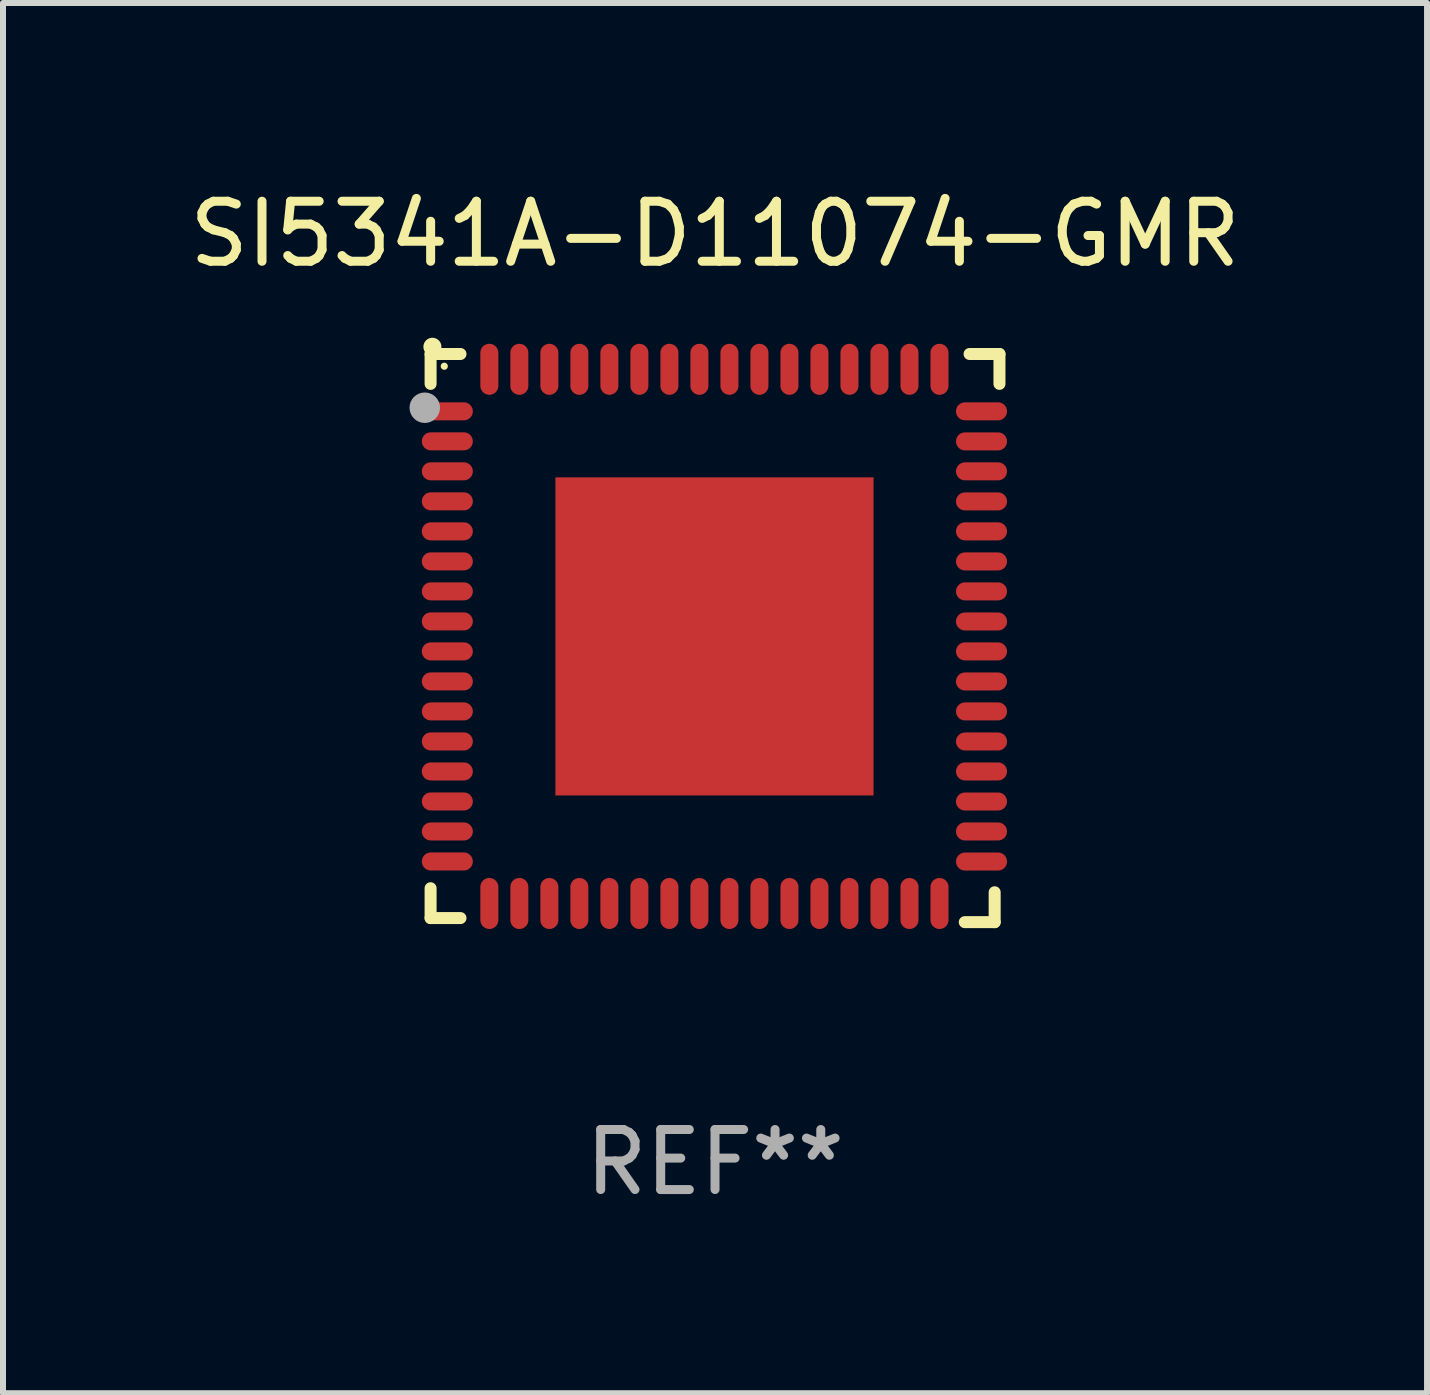
<source format=kicad_pcb>
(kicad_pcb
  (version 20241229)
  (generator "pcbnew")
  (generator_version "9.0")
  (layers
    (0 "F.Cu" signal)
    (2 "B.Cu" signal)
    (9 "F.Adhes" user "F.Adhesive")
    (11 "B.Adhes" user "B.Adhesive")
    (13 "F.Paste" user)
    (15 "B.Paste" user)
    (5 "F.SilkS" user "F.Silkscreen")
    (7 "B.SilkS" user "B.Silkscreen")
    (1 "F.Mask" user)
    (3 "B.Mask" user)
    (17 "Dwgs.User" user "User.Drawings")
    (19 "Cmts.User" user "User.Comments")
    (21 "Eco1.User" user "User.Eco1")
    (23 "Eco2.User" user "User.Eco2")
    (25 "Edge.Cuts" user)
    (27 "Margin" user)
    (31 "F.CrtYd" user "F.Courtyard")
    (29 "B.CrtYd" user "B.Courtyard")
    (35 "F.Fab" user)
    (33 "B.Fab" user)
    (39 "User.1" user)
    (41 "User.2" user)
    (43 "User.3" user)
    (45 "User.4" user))
  (footprint "SI5341A-D11074-GMR"
    (layer "F.Cu")
    (at 8.863 7.581)
    (property "Reference" "SI5341A-D11074-GMR" (at 0 -6.733 0) (layer "F.SilkS") (effects (font (size 1 1) (thickness 0.15))))
    (attr through_hole)
    (fp_line (start -4.739 -4.733) (end -4.241 -4.733) (stroke (width 0.2) (type solid)) (layer "F.SilkS"))
    (fp_line (start -4.739 -4.235) (end -4.739 -4.733) (stroke (width 0.2) (type solid)) (layer "F.SilkS"))
    (fp_line (start -4.739 4.168) (end -4.739 4.665) (stroke (width 0.2) (type solid)) (layer "F.SilkS"))
    (fp_line (start -4.739 4.665) (end -4.241 4.665) (stroke (width 0.2) (type solid)) (layer "F.SilkS"))
    (fp_line (start 4.161 4.733) (end 4.659 4.733) (stroke (width 0.2) (type solid)) (layer "F.SilkS"))
    (fp_line (start 4.241 -4.733) (end 4.739 -4.733) (stroke (width 0.2) (type solid)) (layer "F.SilkS"))
    (fp_line (start 4.659 4.733) (end 4.659 4.235) (stroke (width 0.2) (type solid)) (layer "F.SilkS"))
    (fp_line (start 4.739 -4.733) (end 4.739 -4.235) (stroke (width 0.2) (type solid)) (layer "F.SilkS"))
    (fp_arc (start -4.708623 -4.85108) (mid -4.708628 -4.85235) (end -4.708623 -4.85362) (stroke (width 0.3) (type solid)) (layer "F.SilkS"))
    (fp_circle (center -4.511 -4.529) (end -4.481 -4.529) (stroke (width 0.06) (type solid)) (fill no) (layer "F.SilkS"))
    (fp_circle (center -4.836 -3.838) (end -4.709 -3.838) (stroke (width 0.254) (type solid)) (fill no) (layer "F.Fab"))
    (fp_text user "REF**" (at 0 8.733 0) (layer "F.Fab") (effects (font (size 1 1) (thickness 0.15))))
    (pad "1" smd oval (at -4.46 -3.778) (size 0.85 0.3) (layers "F.Cu" "F.Mask" "F.Paste"))
    (pad "2" smd oval (at -4.46 -3.278) (size 0.85 0.3) (layers "F.Cu" "F.Mask" "F.Paste"))
    (pad "3" smd oval (at -4.46 -2.778) (size 0.85 0.3) (layers "F.Cu" "F.Mask" "F.Paste"))
    (pad "4" smd oval (at -4.46 -2.278) (size 0.85 0.3) (layers "F.Cu" "F.Mask" "F.Paste"))
    (pad "5" smd oval (at -4.46 -1.778) (size 0.85 0.3) (layers "F.Cu" "F.Mask" "F.Paste"))
    (pad "6" smd oval (at -4.46 -1.278) (size 0.85 0.3) (layers "F.Cu" "F.Mask" "F.Paste"))
    (pad "7" smd oval (at -4.46 -0.778) (size 0.85 0.3) (layers "F.Cu" "F.Mask" "F.Paste"))
    (pad "8" smd oval (at -4.46 -0.278) (size 0.85 0.3) (layers "F.Cu" "F.Mask" "F.Paste"))
    (pad "9" smd oval (at -4.46 0.222) (size 0.85 0.3) (layers "F.Cu" "F.Mask" "F.Paste"))
    (pad "10" smd oval (at -4.46 0.722) (size 0.85 0.3) (layers "F.Cu" "F.Mask" "F.Paste"))
    (pad "11" smd oval (at -4.46 1.222) (size 0.85 0.3) (layers "F.Cu" "F.Mask" "F.Paste"))
    (pad "12" smd oval (at -4.46 1.722) (size 0.85 0.3) (layers "F.Cu" "F.Mask" "F.Paste"))
    (pad "13" smd oval (at -4.46 2.222) (size 0.85 0.3) (layers "F.Cu" "F.Mask" "F.Paste"))
    (pad "14" smd oval (at -4.46 2.722) (size 0.85 0.3) (layers "F.Cu" "F.Mask" "F.Paste"))
    (pad "15" smd oval (at -4.46 3.222) (size 0.85 0.3) (layers "F.Cu" "F.Mask" "F.Paste"))
    (pad "16" smd oval (at -4.46 3.722) (size 0.85 0.3) (layers "F.Cu" "F.Mask" "F.Paste"))
    (pad "17" smd oval (at -3.76 4.422) (size 0.3 0.85) (layers "F.Cu" "F.Mask" "F.Paste"))
    (pad "18" smd oval (at -3.26 4.422) (size 0.3 0.85) (layers "F.Cu" "F.Mask" "F.Paste"))
    (pad "19" smd oval (at -2.76 4.422) (size 0.3 0.85) (layers "F.Cu" "F.Mask" "F.Paste"))
    (pad "20" smd oval (at -2.26 4.422) (size 0.3 0.85) (layers "F.Cu" "F.Mask" "F.Paste"))
    (pad "21" smd oval (at -1.76 4.422) (size 0.3 0.85) (layers "F.Cu" "F.Mask" "F.Paste"))
    (pad "22" smd oval (at -1.26 4.422) (size 0.3 0.85) (layers "F.Cu" "F.Mask" "F.Paste"))
    (pad "23" smd oval (at -0.76 4.422) (size 0.3 0.85) (layers "F.Cu" "F.Mask" "F.Paste"))
    (pad "24" smd oval (at -0.26 4.422) (size 0.3 0.85) (layers "F.Cu" "F.Mask" "F.Paste"))
    (pad "25" smd oval (at 0.24 4.422) (size 0.3 0.85) (layers "F.Cu" "F.Mask" "F.Paste"))
    (pad "26" smd oval (at 0.74 4.422) (size 0.3 0.85) (layers "F.Cu" "F.Mask" "F.Paste"))
    (pad "27" smd oval (at 1.24 4.422) (size 0.3 0.85) (layers "F.Cu" "F.Mask" "F.Paste"))
    (pad "28" smd oval (at 1.74 4.422) (size 0.3 0.85) (layers "F.Cu" "F.Mask" "F.Paste"))
    (pad "29" smd oval (at 2.24 4.422) (size 0.3 0.85) (layers "F.Cu" "F.Mask" "F.Paste"))
    (pad "30" smd oval (at 2.74 4.422) (size 0.3 0.85) (layers "F.Cu" "F.Mask" "F.Paste"))
    (pad "31" smd oval (at 3.24 4.422) (size 0.3 0.85) (layers "F.Cu" "F.Mask" "F.Paste"))
    (pad "32" smd oval (at 3.74 4.422) (size 0.3 0.85) (layers "F.Cu" "F.Mask" "F.Paste"))
    (pad "33" smd oval (at 4.44 3.723) (size 0.85 0.3) (layers "F.Cu" "F.Mask" "F.Paste"))
    (pad "34" smd oval (at 4.44 3.222) (size 0.85 0.3) (layers "F.Cu" "F.Mask" "F.Paste"))
    (pad "35" smd oval (at 4.44 2.723) (size 0.85 0.3) (layers "F.Cu" "F.Mask" "F.Paste"))
    (pad "36" smd oval (at 4.44 2.222) (size 0.85 0.3) (layers "F.Cu" "F.Mask" "F.Paste"))
    (pad "37" smd oval (at 4.44 1.723) (size 0.85 0.3) (layers "F.Cu" "F.Mask" "F.Paste"))
    (pad "38" smd oval (at 4.44 1.222) (size 0.85 0.3) (layers "F.Cu" "F.Mask" "F.Paste"))
    (pad "39" smd oval (at 4.44 0.723) (size 0.85 0.3) (layers "F.Cu" "F.Mask" "F.Paste"))
    (pad "40" smd oval (at 4.44 0.222) (size 0.85 0.3) (layers "F.Cu" "F.Mask" "F.Paste"))
    (pad "41" smd oval (at 4.44 -0.277) (size 0.85 0.3) (layers "F.Cu" "F.Mask" "F.Paste"))
    (pad "42" smd oval (at 4.44 -0.778) (size 0.85 0.3) (layers "F.Cu" "F.Mask" "F.Paste"))
    (pad "43" smd oval (at 4.44 -1.277) (size 0.85 0.3) (layers "F.Cu" "F.Mask" "F.Paste"))
    (pad "44" smd oval (at 4.44 -1.778) (size 0.85 0.3) (layers "F.Cu" "F.Mask" "F.Paste"))
    (pad "45" smd oval (at 4.44 -2.277) (size 0.85 0.3) (layers "F.Cu" "F.Mask" "F.Paste"))
    (pad "46" smd oval (at 4.44 -2.778) (size 0.85 0.3) (layers "F.Cu" "F.Mask" "F.Paste"))
    (pad "47" smd oval (at 4.44 -3.277) (size 0.85 0.3) (layers "F.Cu" "F.Mask" "F.Paste"))
    (pad "48" smd oval (at 4.44 -3.778) (size 0.85 0.3) (layers "F.Cu" "F.Mask" "F.Paste"))
    (pad "49" smd oval (at 3.74 -4.478) (size 0.3 0.85) (layers "F.Cu" "F.Mask" "F.Paste"))
    (pad "50" smd oval (at 3.24 -4.478) (size 0.3 0.85) (layers "F.Cu" "F.Mask" "F.Paste"))
    (pad "51" smd oval (at 2.74 -4.478) (size 0.3 0.85) (layers "F.Cu" "F.Mask" "F.Paste"))
    (pad "52" smd oval (at 2.24 -4.478) (size 0.3 0.85) (layers "F.Cu" "F.Mask" "F.Paste"))
    (pad "53" smd oval (at 1.74 -4.478) (size 0.3 0.85) (layers "F.Cu" "F.Mask" "F.Paste"))
    (pad "54" smd oval (at 1.24 -4.478) (size 0.3 0.85) (layers "F.Cu" "F.Mask" "F.Paste"))
    (pad "55" smd oval (at 0.74 -4.478) (size 0.3 0.85) (layers "F.Cu" "F.Mask" "F.Paste"))
    (pad "56" smd oval (at 0.24 -4.478) (size 0.3 0.85) (layers "F.Cu" "F.Mask" "F.Paste"))
    (pad "57" smd oval (at -0.26 -4.478) (size 0.3 0.85) (layers "F.Cu" "F.Mask" "F.Paste"))
    (pad "58" smd oval (at -0.76 -4.478) (size 0.3 0.85) (layers "F.Cu" "F.Mask" "F.Paste"))
    (pad "59" smd oval (at -1.26 -4.478) (size 0.3 0.85) (layers "F.Cu" "F.Mask" "F.Paste"))
    (pad "60" smd oval (at -1.76 -4.478) (size 0.3 0.85) (layers "F.Cu" "F.Mask" "F.Paste"))
    (pad "61" smd oval (at -2.26 -4.478) (size 0.3 0.85) (layers "F.Cu" "F.Mask" "F.Paste"))
    (pad "62" smd oval (at -2.76 -4.478) (size 0.3 0.85) (layers "F.Cu" "F.Mask" "F.Paste"))
    (pad "63" smd oval (at -3.26 -4.478) (size 0.3 0.85) (layers "F.Cu" "F.Mask" "F.Paste"))
    (pad "64" smd oval (at -3.76 -4.478) (size 0.3 0.85) (layers "F.Cu" "F.Mask" "F.Paste"))
    (pad "65" smd rect (at -0.009 -0.028 90) (size 5.3 5.3) (layers "F.Cu" "F.Mask" "F.Paste")))
  (gr_rect
    (start -3 -3)
    (end 20.726 20.162)
    (stroke (width 0.1) (type default))
    (fill no)
    (layer "Edge.Cuts")))
</source>
